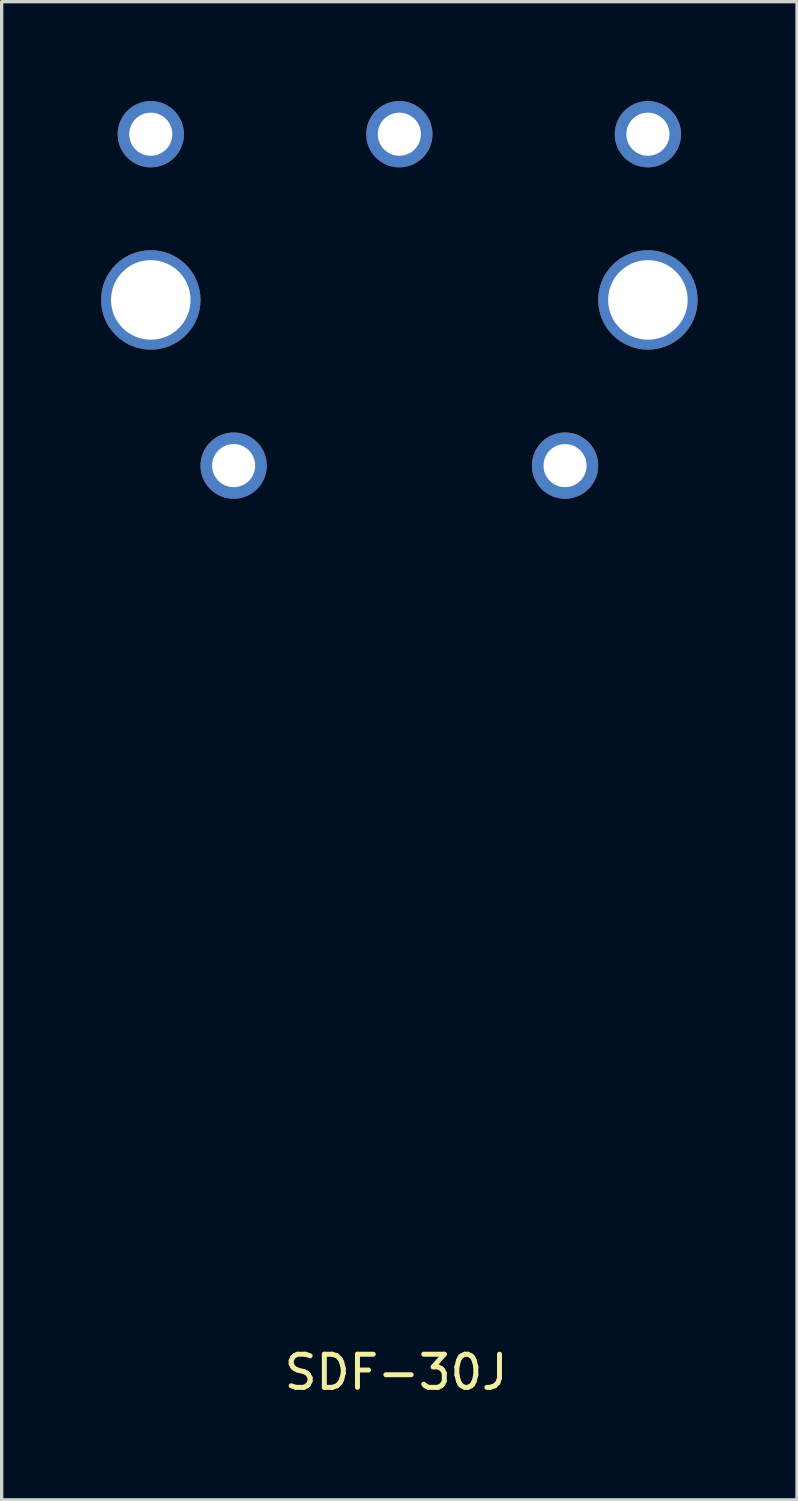
<source format=kicad_pcb>
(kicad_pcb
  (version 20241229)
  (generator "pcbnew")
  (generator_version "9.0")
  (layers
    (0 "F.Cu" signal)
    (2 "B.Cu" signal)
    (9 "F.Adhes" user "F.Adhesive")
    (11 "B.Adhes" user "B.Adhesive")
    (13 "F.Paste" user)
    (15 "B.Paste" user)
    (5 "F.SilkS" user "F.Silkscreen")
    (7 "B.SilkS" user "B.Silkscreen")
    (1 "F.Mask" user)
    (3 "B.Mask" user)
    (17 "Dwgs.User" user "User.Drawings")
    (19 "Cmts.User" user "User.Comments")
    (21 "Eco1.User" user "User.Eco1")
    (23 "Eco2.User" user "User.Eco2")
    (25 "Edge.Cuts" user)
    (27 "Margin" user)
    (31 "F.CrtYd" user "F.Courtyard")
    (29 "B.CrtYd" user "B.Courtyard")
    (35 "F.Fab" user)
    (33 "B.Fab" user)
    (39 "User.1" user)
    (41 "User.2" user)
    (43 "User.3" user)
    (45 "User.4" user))
  (footprint "SDF-30J"
    (layer "F.Cu")
    (at 9 1)
    (property "Reference" "SDF-30J" (at -0.097 37.358 0) (layer "F.SilkS") (effects (font (size 1 1) (thickness 0.15))))
    (attr through_hole)
    (pad "" thru_hole circle (at -7.5 5 90) (size 3 3) (drill 2.4) (layers "*.Cu" "*.Mask"))
    (pad "" thru_hole circle (at -5 10 90) (size 2 2) (drill 1.3) (layers "*.Cu" "*.Mask"))
    (pad "" thru_hole circle (at 5 10 90) (size 2 2) (drill 1.3) (layers "*.Cu" "*.Mask"))
    (pad "" thru_hole circle (at 7.5 5) (size 3 3) (drill 2.4) (layers "*.Cu" "*.Mask"))
    (pad "1" thru_hole circle (at 7.5 0) (size 2 2) (drill 1.3) (layers "*.Cu" "*.Mask"))
    (pad "2" thru_hole circle (at 0 0) (size 2 2) (drill 1.3) (layers "*.Cu" "*.Mask"))
    (pad "3" thru_hole circle (at -7.5 0) (size 2 2) (drill 1.3) (layers "*.Cu" "*.Mask")))
  (gr_rect
    (start -3 -3)
    (end 21 42.207)
    (stroke (width 0.1) (type default))
    (fill no)
    (layer "Edge.Cuts")))
</source>
